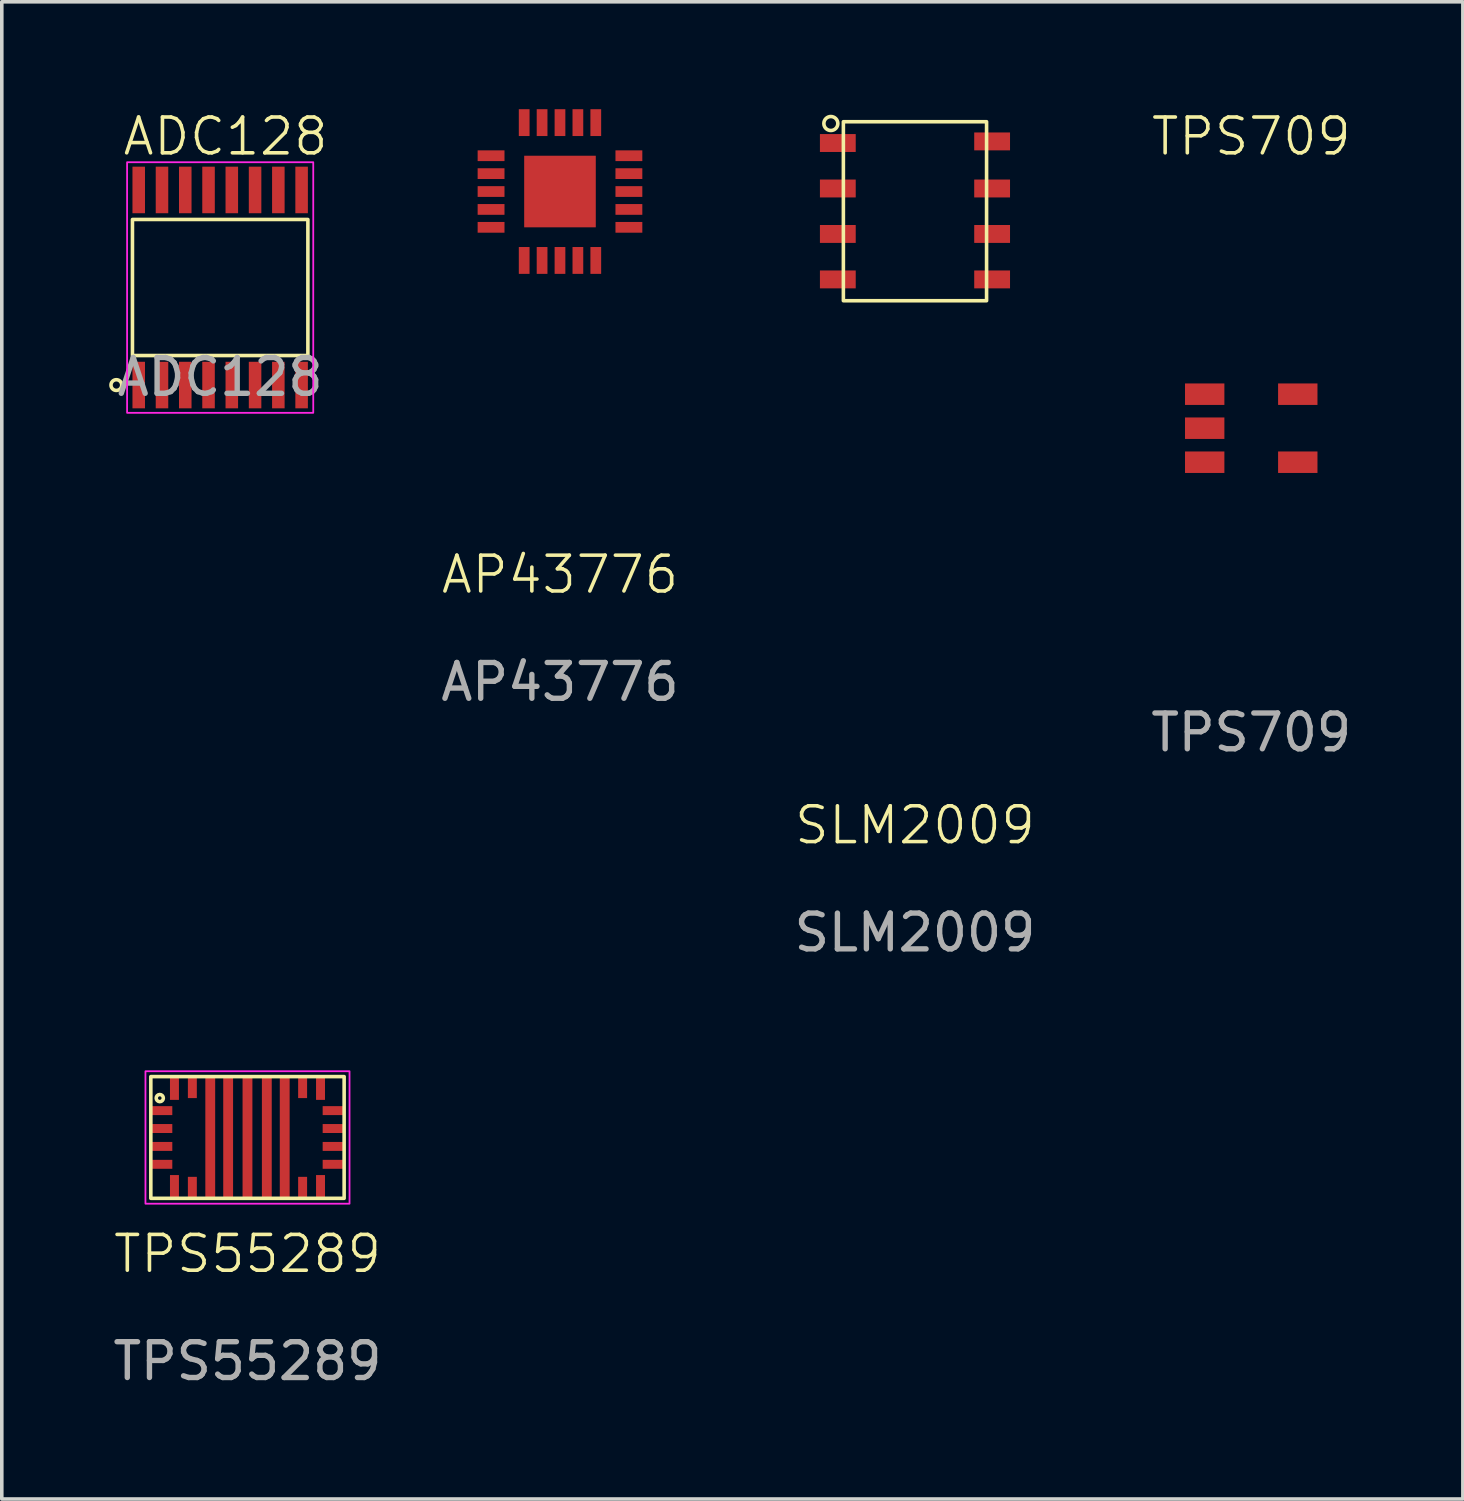
<source format=kicad_pcb>
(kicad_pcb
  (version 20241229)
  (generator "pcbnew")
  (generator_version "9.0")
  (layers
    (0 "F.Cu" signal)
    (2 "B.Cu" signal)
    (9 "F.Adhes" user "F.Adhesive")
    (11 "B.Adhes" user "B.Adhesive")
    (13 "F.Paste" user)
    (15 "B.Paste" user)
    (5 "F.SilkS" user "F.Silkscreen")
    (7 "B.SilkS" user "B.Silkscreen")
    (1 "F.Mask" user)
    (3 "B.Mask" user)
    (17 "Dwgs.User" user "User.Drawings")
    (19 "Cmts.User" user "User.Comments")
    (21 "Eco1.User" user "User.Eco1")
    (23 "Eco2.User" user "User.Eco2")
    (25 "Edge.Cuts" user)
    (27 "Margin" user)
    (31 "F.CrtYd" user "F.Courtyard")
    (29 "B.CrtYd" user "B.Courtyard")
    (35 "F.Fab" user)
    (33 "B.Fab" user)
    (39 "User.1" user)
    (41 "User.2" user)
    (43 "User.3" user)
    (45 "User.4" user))
  (footprint "TPS55289"
    (layer "F.Cu")
    (at 3.863 28.723)
    (property "Reference" "TPS55289" (at 0 3.25 0) (unlocked yes) (layer "F.SilkS") (effects (font (size 1 1) (thickness 0.1))))
    (attr smd)
    (fp_rect (start -2.7 -1.7) (end 2.7 1.7) (stroke (width 0.1) (type default)) (fill no) (layer "F.SilkS"))
    (fp_circle (center -2.45 -1.1) (end -2.45 -1.2) (stroke (width 0.1) (type default)) (fill no) (layer "F.SilkS"))
    (fp_rect (start -2.85 -1.85) (end 2.85 1.85) (stroke (width 0.05) (type default)) (fill no) (layer "F.CrtYd"))
    (fp_text user "${REFERENCE}" (at 0 6.25 0) (unlocked yes) (layer "F.Fab") (effects (font (size 1 1) (thickness 0.15))))
    (pad "1" smd rect (at -2.4 -0.75) (size 0.6 0.25) (layers "F.Cu" "F.Mask" "F.Paste"))
    (pad "2" smd rect (at -2.4 -0.25) (size 0.6 0.25) (layers "F.Cu" "F.Mask" "F.Paste"))
    (pad "3" smd rect (at -2.4 0.25) (size 0.6 0.25) (layers "F.Cu" "F.Mask" "F.Paste"))
    (pad "4" smd rect (at -2.4 0.75) (size 0.6 0.25) (layers "F.Cu" "F.Mask" "F.Paste"))
    (pad "5" smd rect (at -2.04 1.375 90) (size 0.65 0.25) (layers "F.Cu" "F.Mask" "F.Paste"))
    (pad "6" smd rect (at -1.54 1.4 90) (size 0.6 0.25) (layers "F.Cu" "F.Mask" "F.Paste"))
    (pad "7" smd rect (at -1.04 0 90) (size 3.4 0.275) (layers "F.Cu" "F.Mask" "F.Paste"))
    (pad "8" smd rect (at -0.54 0 90) (size 3.4 0.275) (layers "F.Cu" "F.Mask" "F.Paste"))
    (pad "9" smd rect (at 0 0 90) (size 3.4 0.275) (layers "F.Cu" "F.Mask" "F.Paste"))
    (pad "10" smd rect (at 0.54 0 90) (size 3.4 0.275) (layers "F.Cu" "F.Mask" "F.Paste"))
    (pad "11" smd rect (at 1.04 0 90) (size 3.4 0.275) (layers "F.Cu" "F.Mask" "F.Paste"))
    (pad "12" smd rect (at 1.54 1.4 90) (size 0.6 0.25) (layers "F.Cu" "F.Mask" "F.Paste"))
    (pad "13" smd rect (at 2.04 1.375 90) (size 0.65 0.25) (layers "F.Cu" "F.Mask" "F.Paste"))
    (pad "14" smd rect (at 2.4 0.75) (size 0.6 0.25) (layers "F.Cu" "F.Mask" "F.Paste"))
    (pad "15" smd rect (at 2.4 0.25) (size 0.6 0.25) (layers "F.Cu" "F.Mask" "F.Paste"))
    (pad "16" smd rect (at 2.4 -0.25) (size 0.6 0.25) (layers "F.Cu" "F.Mask" "F.Paste"))
    (pad "17" smd rect (at 2.4 -0.75) (size 0.6 0.25) (layers "F.Cu" "F.Mask" "F.Paste"))
    (pad "18" smd rect (at 2.04 -1.375 90) (size 0.65 0.25) (layers "F.Cu" "F.Mask" "F.Paste"))
    (pad "19" smd rect (at 1.54 -1.4 90) (size 0.6 0.25) (layers "F.Cu" "F.Mask" "F.Paste"))
    (pad "20" smd rect (at -1.54 -1.4 90) (size 0.6 0.25) (layers "F.Cu" "F.Mask" "F.Paste"))
    (pad "21" smd rect (at -2.04 -1.375 90) (size 0.65 0.25) (layers "F.Cu" "F.Mask" "F.Paste")))
  (footprint "TPS709"
    (layer "F.Cu")
    (at 31.901 8.911)
    (property "Reference" "TPS709" (at 0 -8.15 0) (unlocked yes) (layer "F.SilkS") (effects (font (size 1 1) (thickness 0.1))))
    (attr smd)
    (fp_rect (start -2.25 -1.75) (end 2.25 1.75) (stroke (width 0.1) (type default)) (fill no) (layer "Margin"))
    (fp_text user "${REFERENCE}" (at 0 8.5 0) (unlocked yes) (layer "F.Fab") (effects (font (size 1 1) (thickness 0.15))))
    (pad "1" smd rect (at -1.3 -0.95 90) (size 0.6 1.1) (layers "F.Cu" "F.Mask" "F.Paste"))
    (pad "2" smd rect (at -1.3 0 90) (size 0.6 1.1) (layers "F.Cu" "F.Mask" "F.Paste"))
    (pad "3" smd rect (at -1.3 0.95 90) (size 0.6 1.1) (layers "F.Cu" "F.Mask" "F.Paste"))
    (pad "4" smd rect (at 1.3 0.95 90) (size 0.6 1.1) (layers "F.Cu" "F.Mask" "F.Paste"))
    (pad "5" smd rect (at 1.3 -0.95 90) (size 0.6 1.1) (layers "F.Cu" "F.Mask" "F.Paste")))
  (footprint "AP43776"
    (layer "F.Cu")
    (at 12.592 2.3)
    (property "Reference" "AP43776" (at 0 10.7 0) (unlocked yes) (layer "F.SilkS") (effects (font (size 1 1) (thickness 0.1))))
    (attr smd)
    (fp_text user "${REFERENCE}" (at 0 13.7 0) (unlocked yes) (layer "F.Fab") (effects (font (size 1 1) (thickness 0.15))))
    (pad "" smd rect (at 0 0 180) (size 2 2) (layers "F.Cu" "F.Mask" "F.Paste"))
    (pad "1" smd rect (at -1.925 -1 90) (size 0.3 0.75) (layers "F.Cu" "F.Mask" "F.Paste"))
    (pad "2" smd rect (at -1.925 -0.5 90) (size 0.3 0.75) (layers "F.Cu" "F.Mask" "F.Paste"))
    (pad "3" smd rect (at -1.925 0 90) (size 0.3 0.75) (layers "F.Cu" "F.Mask" "F.Paste"))
    (pad "4" smd rect (at -1.925 0.5 90) (size 0.3 0.75) (layers "F.Cu" "F.Mask" "F.Paste"))
    (pad "5" smd rect (at -1.925 1 90) (size 0.3 0.75) (layers "F.Cu" "F.Mask" "F.Paste"))
    (pad "6" smd rect (at -1 1.925 180) (size 0.3 0.75) (layers "F.Cu" "F.Mask" "F.Paste"))
    (pad "7" smd rect (at -0.5 1.925 180) (size 0.3 0.75) (layers "F.Cu" "F.Mask" "F.Paste"))
    (pad "8" smd rect (at 0 1.925 180) (size 0.3 0.75) (layers "F.Cu" "F.Mask" "F.Paste"))
    (pad "9" smd rect (at 0.5 1.925 180) (size 0.3 0.75) (layers "F.Cu" "F.Mask" "F.Paste"))
    (pad "10" smd rect (at 1 1.925 180) (size 0.3 0.75) (layers "F.Cu" "F.Mask" "F.Paste"))
    (pad "11" smd rect (at 1.925 1 90) (size 0.3 0.75) (layers "F.Cu" "F.Mask" "F.Paste"))
    (pad "12" smd rect (at 1.925 0.5 90) (size 0.3 0.75) (layers "F.Cu" "F.Mask" "F.Paste"))
    (pad "13" smd rect (at 1.925 0 90) (size 0.3 0.75) (layers "F.Cu" "F.Mask" "F.Paste"))
    (pad "14" smd rect (at 1.925 -0.5 90) (size 0.3 0.75) (layers "F.Cu" "F.Mask" "F.Paste"))
    (pad "15" smd rect (at 1.925 -1 90) (size 0.3 0.75) (layers "F.Cu" "F.Mask" "F.Paste"))
    (pad "16" smd rect (at 1 -1.925 180) (size 0.3 0.75) (layers "F.Cu" "F.Mask" "F.Paste"))
    (pad "17" smd rect (at 0.5 -1.925 180) (size 0.3 0.75) (layers "F.Cu" "F.Mask" "F.Paste"))
    (pad "18" smd rect (at 0 -1.925 180) (size 0.3 0.75) (layers "F.Cu" "F.Mask" "F.Paste"))
    (pad "19" smd rect (at -0.5 -1.925 180) (size 0.3 0.75) (layers "F.Cu" "F.Mask" "F.Paste"))
    (pad "20" smd rect (at -1 -1.925 180) (size 0.3 0.75) (layers "F.Cu" "F.Mask" "F.Paste")))
  (footprint "ADC128"
    (layer "F.Cu")
    (at 3.1 4.981)
    (property "Reference" "ADC128" (at 0.15 -4.22 0) (unlocked yes) (layer "F.SilkS") (effects (font (size 1 1) (thickness 0.1))))
    (attr smd)
    (fp_rect (start -2.45 -1.9) (end 2.45 1.9) (stroke (width 0.1) (type default)) (fill no) (layer "F.SilkS"))
    (fp_circle (center -2.9 2.725) (end -2.75 2.725) (stroke (width 0.1) (type default)) (fill no) (layer "F.SilkS"))
    (fp_rect (start -2.6 -3.5) (end 2.6 3.5) (stroke (width 0.05) (type default)) (fill no) (layer "F.CrtYd"))
    (fp_text user "${REFERENCE}" (at 0 2.5 0) (unlocked yes) (layer "F.Fab") (effects (font (size 1 1) (thickness 0.15))))
    (pad "1" smd rect (at -2.275 2.725) (size 0.35 1.3) (layers "F.Cu" "F.Mask" "F.Paste"))
    (pad "2" smd rect (at -1.625 2.725) (size 0.35 1.3) (layers "F.Cu" "F.Mask" "F.Paste"))
    (pad "3" smd rect (at -0.975 2.725) (size 0.35 1.3) (layers "F.Cu" "F.Mask" "F.Paste"))
    (pad "4" smd rect (at -0.325 2.725) (size 0.35 1.3) (layers "F.Cu" "F.Mask" "F.Paste"))
    (pad "5" smd rect (at 0.325 2.725) (size 0.35 1.3) (layers "F.Cu" "F.Mask" "F.Paste"))
    (pad "6" smd rect (at 0.975 2.725) (size 0.35 1.3) (layers "F.Cu" "F.Mask" "F.Paste"))
    (pad "7" smd rect (at 1.625 2.725) (size 0.35 1.3) (layers "F.Cu" "F.Mask" "F.Paste"))
    (pad "8" smd rect (at 2.275 2.725) (size 0.35 1.3) (layers "F.Cu" "F.Mask" "F.Paste"))
    (pad "9" smd rect (at 2.275 -2.725) (size 0.35 1.3) (layers "F.Cu" "F.Mask" "F.Paste"))
    (pad "10" smd rect (at 1.625 -2.725) (size 0.35 1.3) (layers "F.Cu" "F.Mask" "F.Paste"))
    (pad "11" smd rect (at 0.975 -2.725) (size 0.35 1.3) (layers "F.Cu" "F.Mask" "F.Paste"))
    (pad "12" smd rect (at 0.325 -2.725) (size 0.35 1.3) (layers "F.Cu" "F.Mask" "F.Paste"))
    (pad "13" smd rect (at -0.325 -2.725) (size 0.35 1.3) (layers "F.Cu" "F.Mask" "F.Paste"))
    (pad "14" smd rect (at -0.975 -2.725) (size 0.35 1.3) (layers "F.Cu" "F.Mask" "F.Paste"))
    (pad "15" smd rect (at -1.625 -2.725) (size 0.35 1.3) (layers "F.Cu" "F.Mask" "F.Paste"))
    (pad "16" smd rect (at -2.275 -2.725) (size 0.35 1.3) (layers "F.Cu" "F.Mask" "F.Paste")))
  (footprint "SLM2009"
    (layer "F.Cu")
    (at 22.508 2.85)
    (property "Reference" "SLM2009" (at 0 17.15 0) (unlocked yes) (layer "F.SilkS") (effects (font (size 1 1) (thickness 0.1))))
    (attr smd)
    (fp_rect (start -2 -2.5) (end 2 2.5) (stroke (width 0.1) (type default)) (fill no) (layer "F.SilkS"))
    (fp_circle (center -2.35 -2.45) (end -2.2 -2.575) (stroke (width 0.1) (type default)) (fill no) (layer "F.SilkS"))
    (fp_rect (start -2.775 -2.8) (end 2.775 2.8) (stroke (width 0.1) (type default)) (fill no) (layer "Margin"))
    (fp_text user "${REFERENCE}" (at 0 20.15 0) (unlocked yes) (layer "F.Fab") (effects (font (size 1 1) (thickness 0.15))))
    (pad "1" smd rect (at -2.155 -1.905) (size 1 0.5) (layers "F.Cu" "F.Mask" "F.Paste"))
    (pad "2" smd rect (at -2.155 -0.635) (size 1 0.5) (layers "F.Cu" "F.Mask" "F.Paste"))
    (pad "3" smd rect (at -2.155 0.635) (size 1 0.5) (layers "F.Cu" "F.Mask" "F.Paste"))
    (pad "4" smd rect (at -2.155 1.905) (size 1 0.5) (layers "F.Cu" "F.Mask" "F.Paste"))
    (pad "5" smd rect (at 2.155 1.905) (size 1 0.5) (layers "F.Cu" "F.Mask" "F.Paste"))
    (pad "6" smd rect (at 2.155 0.635) (size 1 0.5) (layers "F.Cu" "F.Mask" "F.Paste"))
    (pad "7" smd rect (at 2.155 -0.635) (size 1 0.5) (layers "F.Cu" "F.Mask" "F.Paste"))
    (pad "8" smd rect (at 2.155 -1.95) (size 1 0.5) (layers "F.Cu" "F.Mask" "F.Paste")))
  (gr_rect
    (start -3 -3)
    (end 37.812 38.822)
    (stroke (width 0.1) (type default))
    (fill no)
    (layer "Edge.Cuts")))
</source>
